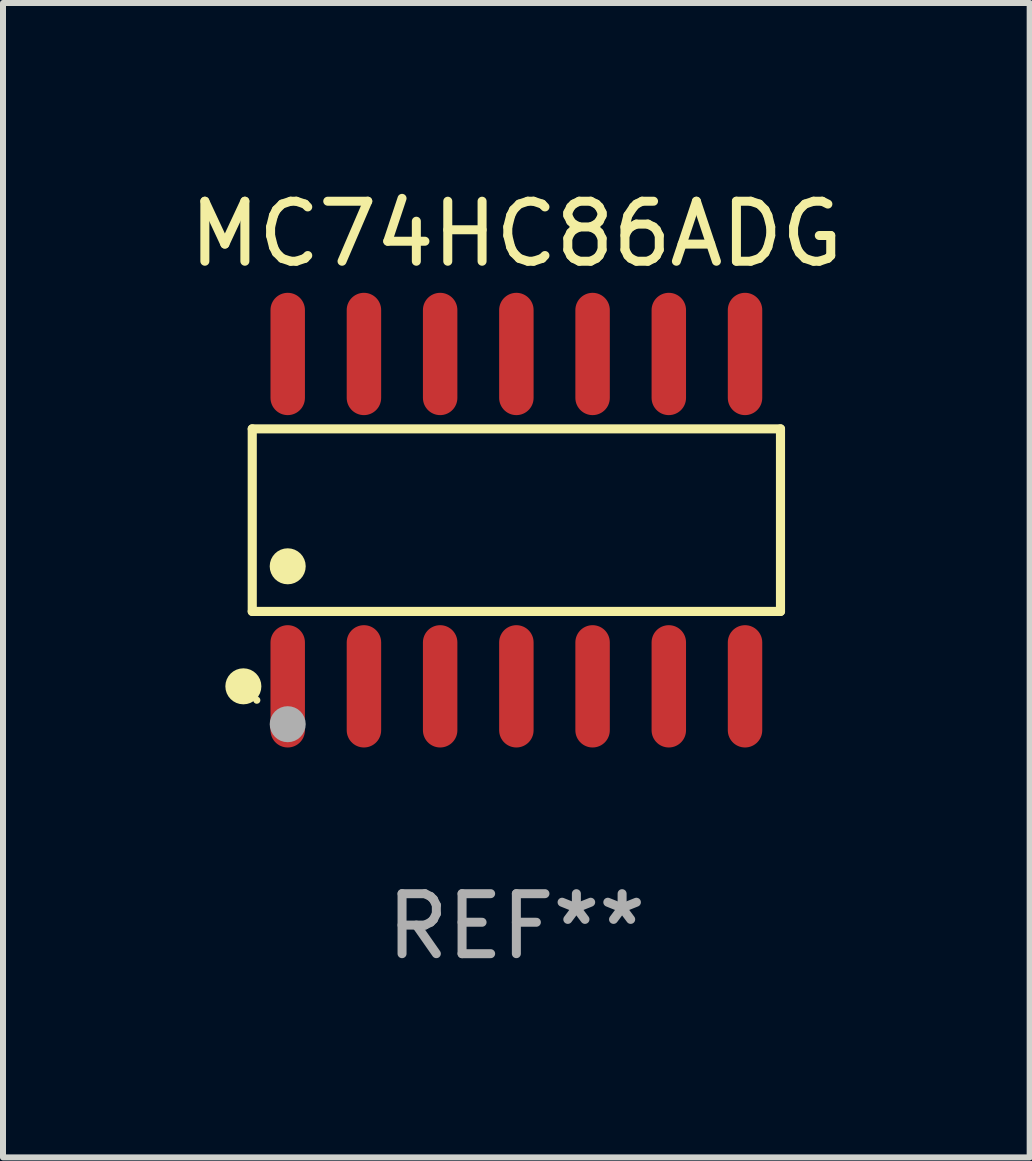
<source format=kicad_pcb>
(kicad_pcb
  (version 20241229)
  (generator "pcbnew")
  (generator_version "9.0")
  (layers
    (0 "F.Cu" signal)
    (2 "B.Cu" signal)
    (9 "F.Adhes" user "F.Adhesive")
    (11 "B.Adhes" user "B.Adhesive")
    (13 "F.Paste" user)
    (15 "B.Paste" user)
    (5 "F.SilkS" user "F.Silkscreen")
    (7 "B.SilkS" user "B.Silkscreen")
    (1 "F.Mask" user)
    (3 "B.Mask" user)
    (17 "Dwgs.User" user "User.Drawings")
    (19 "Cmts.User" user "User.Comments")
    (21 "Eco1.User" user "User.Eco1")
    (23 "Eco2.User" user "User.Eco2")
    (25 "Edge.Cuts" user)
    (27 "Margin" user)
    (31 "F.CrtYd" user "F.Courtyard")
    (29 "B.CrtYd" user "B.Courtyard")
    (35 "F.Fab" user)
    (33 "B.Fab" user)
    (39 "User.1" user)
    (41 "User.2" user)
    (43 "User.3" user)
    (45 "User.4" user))
  (footprint "MC74HC86ADG"
    (layer "F.Cu")
    (at 5.554 5.617)
    (property "Reference" "MC74HC86ADG" (at 0 -4.769 0) (layer "F.SilkS") (effects (font (size 1 1) (thickness 0.15))))
    (attr through_hole)
    (fp_line (start -4.401 -1.521) (end 4.401 -1.521) (stroke (width 0.152) (type solid)) (layer "F.SilkS"))
    (fp_line (start -4.401 1.521) (end -4.401 -1.521) (stroke (width 0.152) (type solid)) (layer "F.SilkS"))
    (fp_line (start 4.401 -1.521) (end 4.401 1.521) (stroke (width 0.152) (type solid)) (layer "F.SilkS"))
    (fp_line (start 4.401 1.521) (end -4.401 1.521) (stroke (width 0.152) (type solid)) (layer "F.SilkS"))
    (fp_circle (center -4.549 2.769) (end -4.399 2.769) (stroke (width 0.3) (type solid)) (fill no) (layer "F.SilkS"))
    (fp_circle (center -4.325 3) (end -4.295 3) (stroke (width 0.06) (type solid)) (fill no) (layer "F.SilkS"))
    (fp_circle (center -3.81 0.769) (end -3.66 0.769) (stroke (width 0.3) (type solid)) (fill no) (layer "F.SilkS"))
    (fp_circle (center -3.81 3.4) (end -3.66 3.4) (stroke (width 0.3) (type solid)) (fill no) (layer "F.Fab"))
    (fp_text user "REF**" (at 0 6.769 0) (layer "F.Fab") (effects (font (size 1 1) (thickness 0.15))))
    (pad "1" smd oval (at -3.81 2.769) (size 0.574 2.038) (layers "F.Cu" "F.Mask" "F.Paste"))
    (pad "2" smd oval (at -2.54 2.769) (size 0.574 2.038) (layers "F.Cu" "F.Mask" "F.Paste"))
    (pad "3" smd oval (at -1.27 2.769) (size 0.574 2.038) (layers "F.Cu" "F.Mask" "F.Paste"))
    (pad "4" smd oval (at 0 2.769) (size 0.574 2.038) (layers "F.Cu" "F.Mask" "F.Paste"))
    (pad "5" smd oval (at 1.27 2.769) (size 0.574 2.038) (layers "F.Cu" "F.Mask" "F.Paste"))
    (pad "6" smd oval (at 2.54 2.769) (size 0.574 2.038) (layers "F.Cu" "F.Mask" "F.Paste"))
    (pad "7" smd oval (at 3.81 2.769) (size 0.574 2.038) (layers "F.Cu" "F.Mask" "F.Paste"))
    (pad "8" smd oval (at 3.81 -2.769) (size 0.574 2.038) (layers "F.Cu" "F.Mask" "F.Paste"))
    (pad "9" smd oval (at 2.54 -2.769) (size 0.574 2.038) (layers "F.Cu" "F.Mask" "F.Paste"))
    (pad "10" smd oval (at 1.27 -2.769) (size 0.574 2.038) (layers "F.Cu" "F.Mask" "F.Paste"))
    (pad "11" smd oval (at 0 -2.769) (size 0.574 2.038) (layers "F.Cu" "F.Mask" "F.Paste"))
    (pad "12" smd oval (at -1.27 -2.769) (size 0.574 2.038) (layers "F.Cu" "F.Mask" "F.Paste"))
    (pad "13" smd oval (at -2.54 -2.769) (size 0.574 2.038) (layers "F.Cu" "F.Mask" "F.Paste"))
    (pad "14" smd oval (at -3.81 -2.769) (size 0.574 2.038) (layers "F.Cu" "F.Mask" "F.Paste")))
  (gr_rect
    (start -3 -3)
    (end 14.107 16.235)
    (stroke (width 0.1) (type default))
    (fill no)
    (layer "Edge.Cuts")))
</source>
